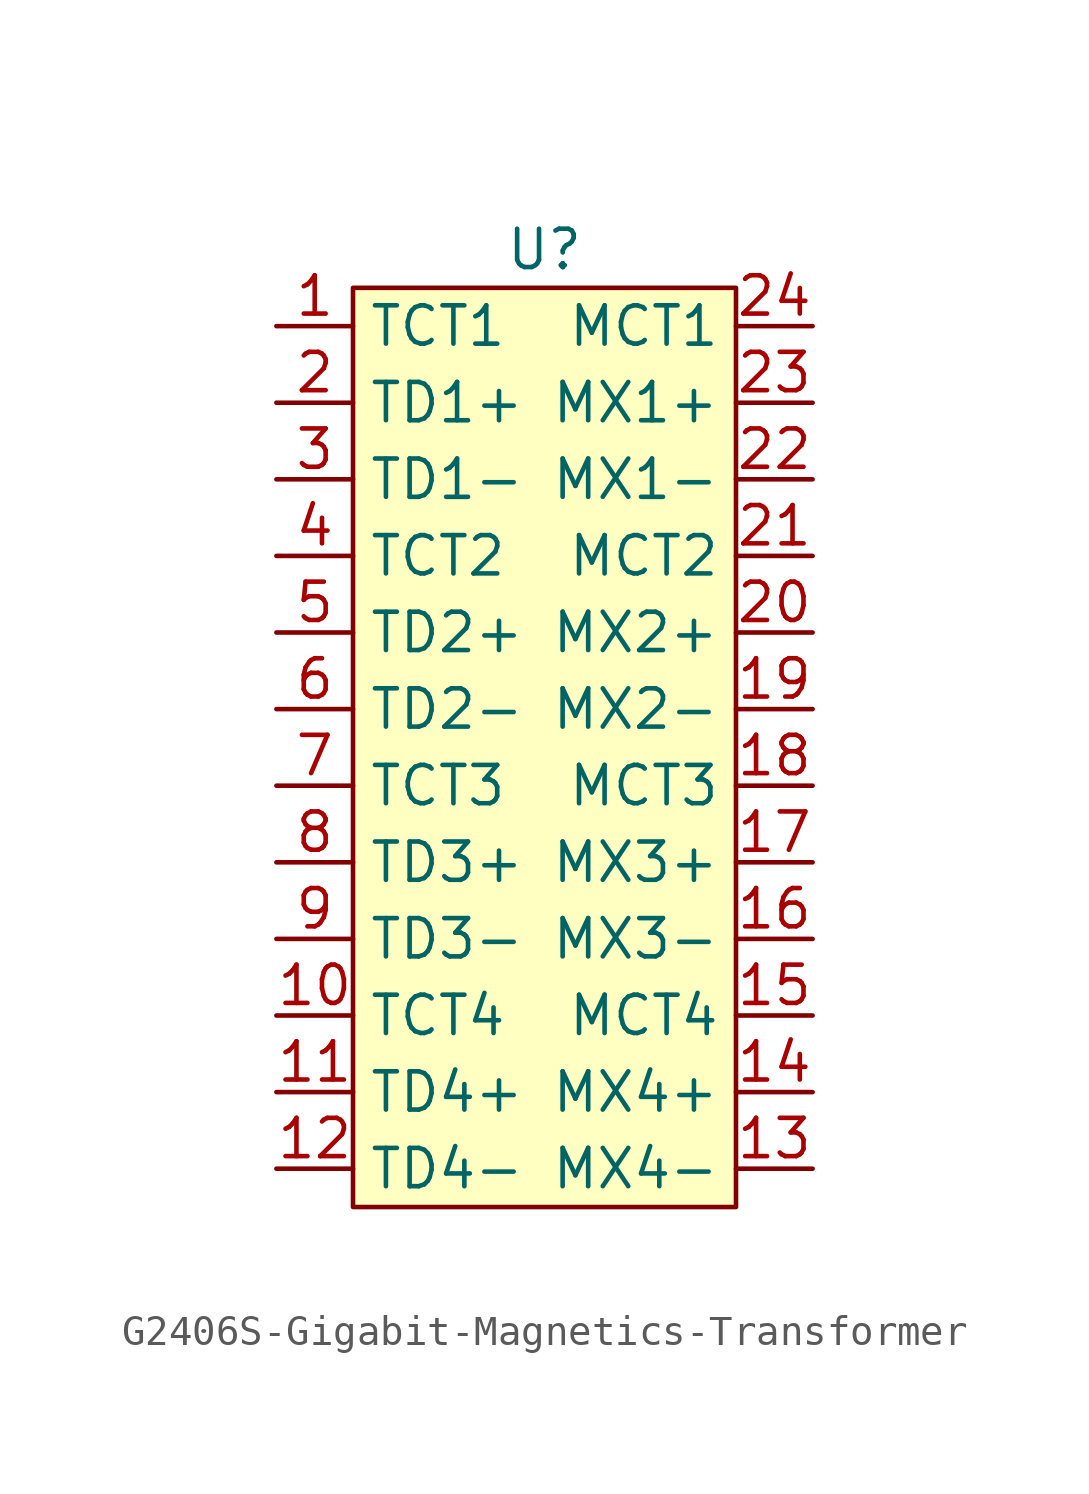
<source format=kicad_sym>
(kicad_symbol_lib
  (version 20220914)
  (generator kicad_symbol_editor)
  (symbol "G2406S-Gigabit-Magnetics-Transformer"
    (property "Reference" "U"
      (at 0 15.24 0)
      (effects (font (size 1.27 1.27))))
    (property "Value" ""
      (at 1.27 0 0)
      (effects (font (size 1.27 1.27))))
    (symbol "G2406S-Gigabit-Magnetics-Transformer_1_1"
      (rectangle (start -6.35 13.97) (end 6.35 -16.51) (stroke (width 0) (type default)) (fill (type background)))
      (pin bidirectional line (at -8.89 12.7 0) (length 2.54) (name "TCT1" (effects (font (size 1.27 1.27)))) (number "1" (effects (font (size 1.27 1.27)))))
      (pin bidirectional line (at -8.89 -10.16 0) (length 2.54) (name "TCT4" (effects (font (size 1.27 1.27)))) (number "10" (effects (font (size 1.27 1.27)))))
      (pin bidirectional line (at -8.89 -12.7 0) (length 2.54) (name "TD4+" (effects (font (size 1.27 1.27)))) (number "11" (effects (font (size 1.27 1.27)))))
      (pin bidirectional line (at -8.89 -15.24 0) (length 2.54) (name "TD4-" (effects (font (size 1.27 1.27)))) (number "12" (effects (font (size 1.27 1.27)))))
      (pin bidirectional line (at 8.89 -15.24 180) (length 2.54) (name "MX4-" (effects (font (size 1.27 1.27)))) (number "13" (effects (font (size 1.27 1.27)))))
      (pin bidirectional line (at 8.89 -12.7 180) (length 2.54) (name "MX4+" (effects (font (size 1.27 1.27)))) (number "14" (effects (font (size 1.27 1.27)))))
      (pin bidirectional line (at 8.89 -10.16 180) (length 2.54) (name "MCT4" (effects (font (size 1.27 1.27)))) (number "15" (effects (font (size 1.27 1.27)))))
      (pin bidirectional line (at 8.89 -7.62 180) (length 2.54) (name "MX3-" (effects (font (size 1.27 1.27)))) (number "16" (effects (font (size 1.27 1.27)))))
      (pin bidirectional line (at 8.89 -5.08 180) (length 2.54) (name "MX3+" (effects (font (size 1.27 1.27)))) (number "17" (effects (font (size 1.27 1.27)))))
      (pin bidirectional line (at 8.89 -2.54 180) (length 2.54) (name "MCT3" (effects (font (size 1.27 1.27)))) (number "18" (effects (font (size 1.27 1.27)))))
      (pin bidirectional line (at 8.89 0 180) (length 2.54) (name "MX2-" (effects (font (size 1.27 1.27)))) (number "19" (effects (font (size 1.27 1.27)))))
      (pin bidirectional line (at -8.89 10.16 0) (length 2.54) (name "TD1+" (effects (font (size 1.27 1.27)))) (number "2" (effects (font (size 1.27 1.27)))))
      (pin bidirectional line (at 8.89 2.54 180) (length 2.54) (name "MX2+" (effects (font (size 1.27 1.27)))) (number "20" (effects (font (size 1.27 1.27)))))
      (pin bidirectional line (at 8.89 5.08 180) (length 2.54) (name "MCT2" (effects (font (size 1.27 1.27)))) (number "21" (effects (font (size 1.27 1.27)))))
      (pin bidirectional line (at 8.89 7.62 180) (length 2.54) (name "MX1-" (effects (font (size 1.27 1.27)))) (number "22" (effects (font (size 1.27 1.27)))))
      (pin bidirectional line (at 8.89 10.16 180) (length 2.54) (name "MX1+" (effects (font (size 1.27 1.27)))) (number "23" (effects (font (size 1.27 1.27)))))
      (pin bidirectional line (at 8.89 12.7 180) (length 2.54) (name "MCT1" (effects (font (size 1.27 1.27)))) (number "24" (effects (font (size 1.27 1.27)))))
      (pin bidirectional line (at -8.89 7.62 0) (length 2.54) (name "TD1-" (effects (font (size 1.27 1.27)))) (number "3" (effects (font (size 1.27 1.27)))))
      (pin bidirectional line (at -8.89 5.08 0) (length 2.54) (name "TCT2" (effects (font (size 1.27 1.27)))) (number "4" (effects (font (size 1.27 1.27)))))
      (pin bidirectional line (at -8.89 2.54 0) (length 2.54) (name "TD2+" (effects (font (size 1.27 1.27)))) (number "5" (effects (font (size 1.27 1.27)))))
      (pin bidirectional line (at -8.89 0 0) (length 2.54) (name "TD2-" (effects (font (size 1.27 1.27)))) (number "6" (effects (font (size 1.27 1.27)))))
      (pin bidirectional line (at -8.89 -2.54 0) (length 2.54) (name "TCT3" (effects (font (size 1.27 1.27)))) (number "7" (effects (font (size 1.27 1.27)))))
      (pin bidirectional line (at -8.89 -5.08 0) (length 2.54) (name "TD3+" (effects (font (size 1.27 1.27)))) (number "8" (effects (font (size 1.27 1.27)))))
      (pin bidirectional line (at -8.89 -7.62 0) (length 2.54) (name "TD3-" (effects (font (size 1.27 1.27)))) (number "9" (effects (font (size 1.27 1.27))))))))
</source>
